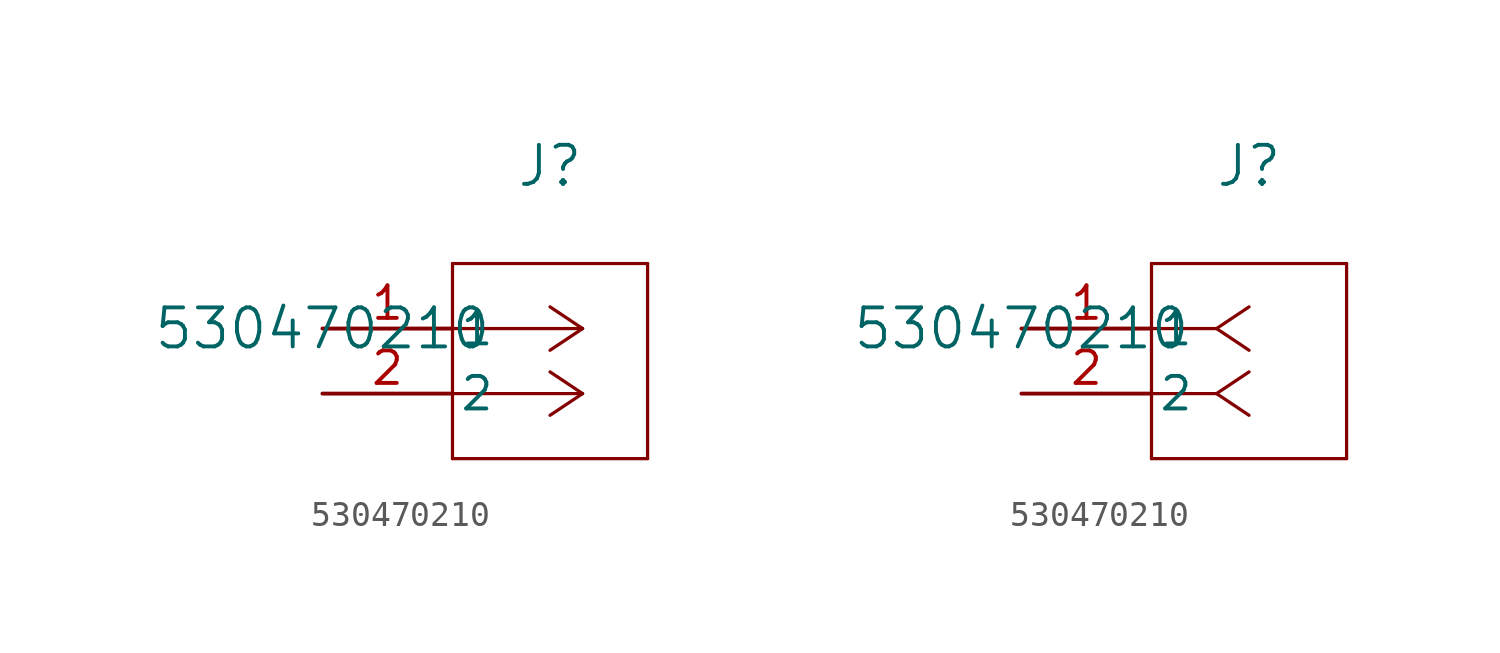
<source format=kicad_sym>
(kicad_symbol_lib
  (version 20211014)
  (generator kicad_symbol_editor)
  (symbol "530470210"
    (pin_names
      (offset 0.254))
    (property "Reference" "J"
      (at 8.89 6.35 0)
      (effects (font (size 1.524 1.524))))
    (property "Value" "530470210"
      (at 0 0 0)
      (effects (font (size 1.524 1.524))))
    (symbol "530470210_1_1"
      (polyline (pts (xy 10.16 0) (xy 5.08 0)) (stroke (width 0.127) (type default) (color 0 0 0 0)) (fill (type none)))
      (polyline (pts (xy 10.16 -2.54) (xy 5.08 -2.54)) (stroke (width 0.127) (type default) (color 0 0 0 0)) (fill (type none)))
      (polyline (pts (xy 10.16 0) (xy 8.89 0.847)) (stroke (width 0.127) (type default) (color 0 0 0 0)) (fill (type none)))
      (polyline (pts (xy 10.16 -2.54) (xy 8.89 -1.693)) (stroke (width 0.127) (type default) (color 0 0 0 0)) (fill (type none)))
      (polyline (pts (xy 10.16 0) (xy 8.89 -0.847)) (stroke (width 0.127) (type default) (color 0 0 0 0)) (fill (type none)))
      (polyline (pts (xy 10.16 -2.54) (xy 8.89 -3.387)) (stroke (width 0.127) (type default) (color 0 0 0 0)) (fill (type none)))
      (polyline (pts (xy 5.08 2.54) (xy 5.08 -5.08)) (stroke (width 0.127) (type default) (color 0 0 0 0)) (fill (type none)))
      (polyline (pts (xy 5.08 -5.08) (xy 12.7 -5.08)) (stroke (width 0.127) (type default) (color 0 0 0 0)) (fill (type none)))
      (polyline (pts (xy 12.7 -5.08) (xy 12.7 2.54)) (stroke (width 0.127) (type default) (color 0 0 0 0)) (fill (type none)))
      (polyline (pts (xy 12.7 2.54) (xy 5.08 2.54)) (stroke (width 0.127) (type default) (color 0 0 0 0)) (fill (type none)))
      (pin unspecified line (at 0 0 0) (length 5.08) (name "1" (effects (font (size 1.27 1.27)))) (number "1" (effects (font (size 1.27 1.27)))))
      (pin unspecified line (at 0 -2.54 0) (length 5.08) (name "2" (effects (font (size 1.27 1.27)))) (number "2" (effects (font (size 1.27 1.27))))))
    (symbol "530470210_1_2"
      (polyline (pts (xy 7.62 0) (xy 5.08 0)) (stroke (width 0.127) (type default) (color 0 0 0 0)) (fill (type none)))
      (polyline (pts (xy 7.62 -2.54) (xy 5.08 -2.54)) (stroke (width 0.127) (type default) (color 0 0 0 0)) (fill (type none)))
      (polyline (pts (xy 7.62 0) (xy 8.89 0.847)) (stroke (width 0.127) (type default) (color 0 0 0 0)) (fill (type none)))
      (polyline (pts (xy 7.62 -2.54) (xy 8.89 -1.693)) (stroke (width 0.127) (type default) (color 0 0 0 0)) (fill (type none)))
      (polyline (pts (xy 7.62 0) (xy 8.89 -0.847)) (stroke (width 0.127) (type default) (color 0 0 0 0)) (fill (type none)))
      (polyline (pts (xy 7.62 -2.54) (xy 8.89 -3.387)) (stroke (width 0.127) (type default) (color 0 0 0 0)) (fill (type none)))
      (polyline (pts (xy 5.08 2.54) (xy 5.08 -5.08)) (stroke (width 0.127) (type default) (color 0 0 0 0)) (fill (type none)))
      (polyline (pts (xy 5.08 -5.08) (xy 12.7 -5.08)) (stroke (width 0.127) (type default) (color 0 0 0 0)) (fill (type none)))
      (polyline (pts (xy 12.7 -5.08) (xy 12.7 2.54)) (stroke (width 0.127) (type default) (color 0 0 0 0)) (fill (type none)))
      (polyline (pts (xy 12.7 2.54) (xy 5.08 2.54)) (stroke (width 0.127) (type default) (color 0 0 0 0)) (fill (type none)))
      (pin unspecified line (at 0 0 0) (length 5.08) (name "1" (effects (font (size 1.27 1.27)))) (number "1" (effects (font (size 1.27 1.27)))))
      (pin unspecified line (at 0 -2.54 0) (length 5.08) (name "2" (effects (font (size 1.27 1.27)))) (number "2" (effects (font (size 1.27 1.27))))))))
</source>
